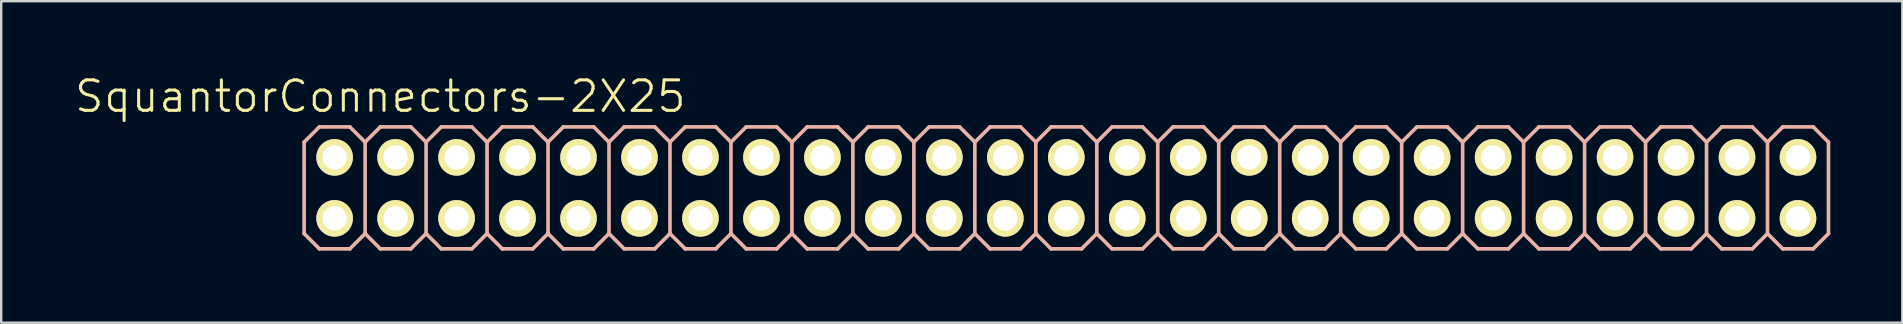
<source format=kicad_pcb>
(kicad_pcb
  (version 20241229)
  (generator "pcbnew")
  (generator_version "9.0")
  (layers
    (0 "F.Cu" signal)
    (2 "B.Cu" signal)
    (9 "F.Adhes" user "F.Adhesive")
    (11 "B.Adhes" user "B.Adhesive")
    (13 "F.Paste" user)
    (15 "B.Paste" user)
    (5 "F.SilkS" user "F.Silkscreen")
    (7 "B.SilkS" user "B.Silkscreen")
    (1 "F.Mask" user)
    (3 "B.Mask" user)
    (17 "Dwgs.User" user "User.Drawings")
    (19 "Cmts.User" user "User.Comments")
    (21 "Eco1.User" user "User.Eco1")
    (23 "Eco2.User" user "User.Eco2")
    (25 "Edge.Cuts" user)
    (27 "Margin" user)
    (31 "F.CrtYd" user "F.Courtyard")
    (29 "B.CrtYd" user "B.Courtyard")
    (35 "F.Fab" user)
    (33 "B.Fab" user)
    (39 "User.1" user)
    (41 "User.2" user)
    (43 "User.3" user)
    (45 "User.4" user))
  (footprint "SquantorConnectors-2X25"
    (layer "F.Cu")
    (at 41.369 4.776)
    (property "Reference" "SquantorConnectors-2X25" (at -28.575 -3.81 0) (layer "F.SilkS") (effects (font (size 1.27 1.27) (thickness 0.127))))
    (attr exclude_from_pos_files exclude_from_bom)
    (fp_line (start -30.734 -1.524) (end -30.226 -1.524) (stroke (width 0.066) (type solid)) (layer "F.SilkS"))
    (fp_line (start -30.734 -1.016) (end -30.734 -1.524) (stroke (width 0.066) (type solid)) (layer "F.SilkS"))
    (fp_line (start -30.734 -1.016) (end -30.226 -1.016) (stroke (width 0.066) (type solid)) (layer "F.SilkS"))
    (fp_line (start -30.734 1.016) (end -30.226 1.016) (stroke (width 0.066) (type solid)) (layer "F.SilkS"))
    (fp_line (start -30.734 1.524) (end -30.734 1.016) (stroke (width 0.066) (type solid)) (layer "F.SilkS"))
    (fp_line (start -30.734 1.524) (end -30.226 1.524) (stroke (width 0.066) (type solid)) (layer "F.SilkS"))
    (fp_line (start -30.226 -1.016) (end -30.226 -1.524) (stroke (width 0.066) (type solid)) (layer "F.SilkS"))
    (fp_line (start -30.226 1.524) (end -30.226 1.016) (stroke (width 0.066) (type solid)) (layer "F.SilkS"))
    (fp_line (start -28.194 -1.524) (end -27.686 -1.524) (stroke (width 0.066) (type solid)) (layer "F.SilkS"))
    (fp_line (start -28.194 -1.016) (end -28.194 -1.524) (stroke (width 0.066) (type solid)) (layer "F.SilkS"))
    (fp_line (start -28.194 -1.016) (end -27.686 -1.016) (stroke (width 0.066) (type solid)) (layer "F.SilkS"))
    (fp_line (start -28.194 1.016) (end -27.686 1.016) (stroke (width 0.066) (type solid)) (layer "F.SilkS"))
    (fp_line (start -28.194 1.524) (end -28.194 1.016) (stroke (width 0.066) (type solid)) (layer "F.SilkS"))
    (fp_line (start -28.194 1.524) (end -27.686 1.524) (stroke (width 0.066) (type solid)) (layer "F.SilkS"))
    (fp_line (start -27.686 -1.016) (end -27.686 -1.524) (stroke (width 0.066) (type solid)) (layer "F.SilkS"))
    (fp_line (start -27.686 1.524) (end -27.686 1.016) (stroke (width 0.066) (type solid)) (layer "F.SilkS"))
    (fp_line (start -25.654 -1.524) (end -25.146 -1.524) (stroke (width 0.066) (type solid)) (layer "F.SilkS"))
    (fp_line (start -25.654 -1.016) (end -25.654 -1.524) (stroke (width 0.066) (type solid)) (layer "F.SilkS"))
    (fp_line (start -25.654 -1.016) (end -25.146 -1.016) (stroke (width 0.066) (type solid)) (layer "F.SilkS"))
    (fp_line (start -25.654 1.016) (end -25.146 1.016) (stroke (width 0.066) (type solid)) (layer "F.SilkS"))
    (fp_line (start -25.654 1.524) (end -25.654 1.016) (stroke (width 0.066) (type solid)) (layer "F.SilkS"))
    (fp_line (start -25.654 1.524) (end -25.146 1.524) (stroke (width 0.066) (type solid)) (layer "F.SilkS"))
    (fp_line (start -25.146 -1.016) (end -25.146 -1.524) (stroke (width 0.066) (type solid)) (layer "F.SilkS"))
    (fp_line (start -25.146 1.524) (end -25.146 1.016) (stroke (width 0.066) (type solid)) (layer "F.SilkS"))
    (fp_line (start -23.114 -1.524) (end -22.606 -1.524) (stroke (width 0.066) (type solid)) (layer "F.SilkS"))
    (fp_line (start -23.114 -1.016) (end -23.114 -1.524) (stroke (width 0.066) (type solid)) (layer "F.SilkS"))
    (fp_line (start -23.114 -1.016) (end -22.606 -1.016) (stroke (width 0.066) (type solid)) (layer "F.SilkS"))
    (fp_line (start -23.114 1.016) (end -22.606 1.016) (stroke (width 0.066) (type solid)) (layer "F.SilkS"))
    (fp_line (start -23.114 1.524) (end -23.114 1.016) (stroke (width 0.066) (type solid)) (layer "F.SilkS"))
    (fp_line (start -23.114 1.524) (end -22.606 1.524) (stroke (width 0.066) (type solid)) (layer "F.SilkS"))
    (fp_line (start -22.606 -1.016) (end -22.606 -1.524) (stroke (width 0.066) (type solid)) (layer "F.SilkS"))
    (fp_line (start -22.606 1.524) (end -22.606 1.016) (stroke (width 0.066) (type solid)) (layer "F.SilkS"))
    (fp_line (start -20.574 -1.524) (end -20.066 -1.524) (stroke (width 0.066) (type solid)) (layer "F.SilkS"))
    (fp_line (start -20.574 -1.016) (end -20.574 -1.524) (stroke (width 0.066) (type solid)) (layer "F.SilkS"))
    (fp_line (start -20.574 -1.016) (end -20.066 -1.016) (stroke (width 0.066) (type solid)) (layer "F.SilkS"))
    (fp_line (start -20.574 1.016) (end -20.066 1.016) (stroke (width 0.066) (type solid)) (layer "F.SilkS"))
    (fp_line (start -20.574 1.524) (end -20.574 1.016) (stroke (width 0.066) (type solid)) (layer "F.SilkS"))
    (fp_line (start -20.574 1.524) (end -20.066 1.524) (stroke (width 0.066) (type solid)) (layer "F.SilkS"))
    (fp_line (start -20.066 -1.016) (end -20.066 -1.524) (stroke (width 0.066) (type solid)) (layer "F.SilkS"))
    (fp_line (start -20.066 1.524) (end -20.066 1.016) (stroke (width 0.066) (type solid)) (layer "F.SilkS"))
    (fp_line (start -18.034 -1.524) (end -17.523 -1.524) (stroke (width 0.066) (type solid)) (layer "F.SilkS"))
    (fp_line (start -18.034 -1.016) (end -18.034 -1.524) (stroke (width 0.066) (type solid)) (layer "F.SilkS"))
    (fp_line (start -18.034 -1.016) (end -17.523 -1.016) (stroke (width 0.066) (type solid)) (layer "F.SilkS"))
    (fp_line (start -18.034 1.016) (end -17.523 1.016) (stroke (width 0.066) (type solid)) (layer "F.SilkS"))
    (fp_line (start -18.034 1.524) (end -18.034 1.016) (stroke (width 0.066) (type solid)) (layer "F.SilkS"))
    (fp_line (start -18.034 1.524) (end -17.523 1.524) (stroke (width 0.066) (type solid)) (layer "F.SilkS"))
    (fp_line (start -17.523 -1.016) (end -17.523 -1.524) (stroke (width 0.066) (type solid)) (layer "F.SilkS"))
    (fp_line (start -17.523 1.524) (end -17.523 1.016) (stroke (width 0.066) (type solid)) (layer "F.SilkS"))
    (fp_line (start -15.494 -1.524) (end -14.986 -1.524) (stroke (width 0.066) (type solid)) (layer "F.SilkS"))
    (fp_line (start -15.494 -1.016) (end -15.494 -1.524) (stroke (width 0.066) (type solid)) (layer "F.SilkS"))
    (fp_line (start -15.494 -1.016) (end -14.986 -1.016) (stroke (width 0.066) (type solid)) (layer "F.SilkS"))
    (fp_line (start -15.494 1.016) (end -14.986 1.016) (stroke (width 0.066) (type solid)) (layer "F.SilkS"))
    (fp_line (start -15.494 1.524) (end -15.494 1.016) (stroke (width 0.066) (type solid)) (layer "F.SilkS"))
    (fp_line (start -15.494 1.524) (end -14.986 1.524) (stroke (width 0.066) (type solid)) (layer "F.SilkS"))
    (fp_line (start -14.986 -1.016) (end -14.986 -1.524) (stroke (width 0.066) (type solid)) (layer "F.SilkS"))
    (fp_line (start -14.986 1.524) (end -14.986 1.016) (stroke (width 0.066) (type solid)) (layer "F.SilkS"))
    (fp_line (start -12.954 -1.524) (end -12.446 -1.524) (stroke (width 0.066) (type solid)) (layer "F.SilkS"))
    (fp_line (start -12.954 -1.016) (end -12.954 -1.524) (stroke (width 0.066) (type solid)) (layer "F.SilkS"))
    (fp_line (start -12.954 -1.016) (end -12.446 -1.016) (stroke (width 0.066) (type solid)) (layer "F.SilkS"))
    (fp_line (start -12.954 1.016) (end -12.446 1.016) (stroke (width 0.066) (type solid)) (layer "F.SilkS"))
    (fp_line (start -12.954 1.524) (end -12.954 1.016) (stroke (width 0.066) (type solid)) (layer "F.SilkS"))
    (fp_line (start -12.954 1.524) (end -12.446 1.524) (stroke (width 0.066) (type solid)) (layer "F.SilkS"))
    (fp_line (start -12.446 -1.016) (end -12.446 -1.524) (stroke (width 0.066) (type solid)) (layer "F.SilkS"))
    (fp_line (start -12.446 1.524) (end -12.446 1.016) (stroke (width 0.066) (type solid)) (layer "F.SilkS"))
    (fp_line (start -10.414 -1.524) (end -9.906 -1.524) (stroke (width 0.066) (type solid)) (layer "F.SilkS"))
    (fp_line (start -10.414 -1.016) (end -10.414 -1.524) (stroke (width 0.066) (type solid)) (layer "F.SilkS"))
    (fp_line (start -10.414 -1.016) (end -9.906 -1.016) (stroke (width 0.066) (type solid)) (layer "F.SilkS"))
    (fp_line (start -10.414 1.016) (end -9.906 1.016) (stroke (width 0.066) (type solid)) (layer "F.SilkS"))
    (fp_line (start -10.414 1.524) (end -10.414 1.016) (stroke (width 0.066) (type solid)) (layer "F.SilkS"))
    (fp_line (start -10.414 1.524) (end -9.906 1.524) (stroke (width 0.066) (type solid)) (layer "F.SilkS"))
    (fp_line (start -9.906 -1.016) (end -9.906 -1.524) (stroke (width 0.066) (type solid)) (layer "F.SilkS"))
    (fp_line (start -9.906 1.524) (end -9.906 1.016) (stroke (width 0.066) (type solid)) (layer "F.SilkS"))
    (fp_line (start -7.874 -1.524) (end -7.366 -1.524) (stroke (width 0.066) (type solid)) (layer "F.SilkS"))
    (fp_line (start -7.874 -1.016) (end -7.874 -1.524) (stroke (width 0.066) (type solid)) (layer "F.SilkS"))
    (fp_line (start -7.874 -1.016) (end -7.366 -1.016) (stroke (width 0.066) (type solid)) (layer "F.SilkS"))
    (fp_line (start -7.874 1.016) (end -7.366 1.016) (stroke (width 0.066) (type solid)) (layer "F.SilkS"))
    (fp_line (start -7.874 1.524) (end -7.874 1.016) (stroke (width 0.066) (type solid)) (layer "F.SilkS"))
    (fp_line (start -7.874 1.524) (end -7.366 1.524) (stroke (width 0.066) (type solid)) (layer "F.SilkS"))
    (fp_line (start -7.366 -1.016) (end -7.366 -1.524) (stroke (width 0.066) (type solid)) (layer "F.SilkS"))
    (fp_line (start -7.366 1.524) (end -7.366 1.016) (stroke (width 0.066) (type solid)) (layer "F.SilkS"))
    (fp_line (start -5.334 -1.524) (end -4.826 -1.524) (stroke (width 0.066) (type solid)) (layer "F.SilkS"))
    (fp_line (start -5.334 -1.016) (end -5.334 -1.524) (stroke (width 0.066) (type solid)) (layer "F.SilkS"))
    (fp_line (start -5.334 -1.016) (end -4.826 -1.016) (stroke (width 0.066) (type solid)) (layer "F.SilkS"))
    (fp_line (start -5.334 1.016) (end -4.826 1.016) (stroke (width 0.066) (type solid)) (layer "F.SilkS"))
    (fp_line (start -5.334 1.524) (end -5.334 1.016) (stroke (width 0.066) (type solid)) (layer "F.SilkS"))
    (fp_line (start -5.334 1.524) (end -4.826 1.524) (stroke (width 0.066) (type solid)) (layer "F.SilkS"))
    (fp_line (start -4.826 -1.016) (end -4.826 -1.524) (stroke (width 0.066) (type solid)) (layer "F.SilkS"))
    (fp_line (start -4.826 1.524) (end -4.826 1.016) (stroke (width 0.066) (type solid)) (layer "F.SilkS"))
    (fp_line (start -2.794 -1.524) (end -2.286 -1.524) (stroke (width 0.066) (type solid)) (layer "F.SilkS"))
    (fp_line (start -2.794 -1.016) (end -2.794 -1.524) (stroke (width 0.066) (type solid)) (layer "F.SilkS"))
    (fp_line (start -2.794 -1.016) (end -2.286 -1.016) (stroke (width 0.066) (type solid)) (layer "F.SilkS"))
    (fp_line (start -2.794 1.016) (end -2.286 1.016) (stroke (width 0.066) (type solid)) (layer "F.SilkS"))
    (fp_line (start -2.794 1.524) (end -2.794 1.016) (stroke (width 0.066) (type solid)) (layer "F.SilkS"))
    (fp_line (start -2.794 1.524) (end -2.286 1.524) (stroke (width 0.066) (type solid)) (layer "F.SilkS"))
    (fp_line (start -2.286 -1.016) (end -2.286 -1.524) (stroke (width 0.066) (type solid)) (layer "F.SilkS"))
    (fp_line (start -2.286 1.524) (end -2.286 1.016) (stroke (width 0.066) (type solid)) (layer "F.SilkS"))
    (fp_line (start -0.254 -1.524) (end 0.254 -1.524) (stroke (width 0.066) (type solid)) (layer "F.SilkS"))
    (fp_line (start -0.254 -1.016) (end -0.254 -1.524) (stroke (width 0.066) (type solid)) (layer "F.SilkS"))
    (fp_line (start -0.254 -1.016) (end 0.254 -1.016) (stroke (width 0.066) (type solid)) (layer "F.SilkS"))
    (fp_line (start -0.254 1.016) (end 0.254 1.016) (stroke (width 0.066) (type solid)) (layer "F.SilkS"))
    (fp_line (start -0.254 1.524) (end -0.254 1.016) (stroke (width 0.066) (type solid)) (layer "F.SilkS"))
    (fp_line (start -0.254 1.524) (end 0.254 1.524) (stroke (width 0.066) (type solid)) (layer "F.SilkS"))
    (fp_line (start 0.254 -1.016) (end 0.254 -1.524) (stroke (width 0.066) (type solid)) (layer "F.SilkS"))
    (fp_line (start 0.254 1.524) (end 0.254 1.016) (stroke (width 0.066) (type solid)) (layer "F.SilkS"))
    (fp_line (start 2.286 -1.524) (end 2.794 -1.524) (stroke (width 0.066) (type solid)) (layer "F.SilkS"))
    (fp_line (start 2.286 -1.016) (end 2.286 -1.524) (stroke (width 0.066) (type solid)) (layer "F.SilkS"))
    (fp_line (start 2.286 -1.016) (end 2.794 -1.016) (stroke (width 0.066) (type solid)) (layer "F.SilkS"))
    (fp_line (start 2.286 1.016) (end 2.794 1.016) (stroke (width 0.066) (type solid)) (layer "F.SilkS"))
    (fp_line (start 2.286 1.524) (end 2.286 1.016) (stroke (width 0.066) (type solid)) (layer "F.SilkS"))
    (fp_line (start 2.286 1.524) (end 2.794 1.524) (stroke (width 0.066) (type solid)) (layer "F.SilkS"))
    (fp_line (start 2.794 -1.016) (end 2.794 -1.524) (stroke (width 0.066) (type solid)) (layer "F.SilkS"))
    (fp_line (start 2.794 1.524) (end 2.794 1.016) (stroke (width 0.066) (type solid)) (layer "F.SilkS"))
    (fp_line (start 4.826 -1.524) (end 5.334 -1.524) (stroke (width 0.066) (type solid)) (layer "F.SilkS"))
    (fp_line (start 4.826 -1.016) (end 4.826 -1.524) (stroke (width 0.066) (type solid)) (layer "F.SilkS"))
    (fp_line (start 4.826 -1.016) (end 5.334 -1.016) (stroke (width 0.066) (type solid)) (layer "F.SilkS"))
    (fp_line (start 4.826 1.016) (end 5.334 1.016) (stroke (width 0.066) (type solid)) (layer "F.SilkS"))
    (fp_line (start 4.826 1.524) (end 4.826 1.016) (stroke (width 0.066) (type solid)) (layer "F.SilkS"))
    (fp_line (start 4.826 1.524) (end 5.334 1.524) (stroke (width 0.066) (type solid)) (layer "F.SilkS"))
    (fp_line (start 5.334 -1.016) (end 5.334 -1.524) (stroke (width 0.066) (type solid)) (layer "F.SilkS"))
    (fp_line (start 5.334 1.524) (end 5.334 1.016) (stroke (width 0.066) (type solid)) (layer "F.SilkS"))
    (fp_line (start 7.366 -1.524) (end 7.874 -1.524) (stroke (width 0.066) (type solid)) (layer "F.SilkS"))
    (fp_line (start 7.366 -1.016) (end 7.366 -1.524) (stroke (width 0.066) (type solid)) (layer "F.SilkS"))
    (fp_line (start 7.366 -1.016) (end 7.874 -1.016) (stroke (width 0.066) (type solid)) (layer "F.SilkS"))
    (fp_line (start 7.366 1.016) (end 7.874 1.016) (stroke (width 0.066) (type solid)) (layer "F.SilkS"))
    (fp_line (start 7.366 1.524) (end 7.366 1.016) (stroke (width 0.066) (type solid)) (layer "F.SilkS"))
    (fp_line (start 7.366 1.524) (end 7.874 1.524) (stroke (width 0.066) (type solid)) (layer "F.SilkS"))
    (fp_line (start 7.874 -1.016) (end 7.874 -1.524) (stroke (width 0.066) (type solid)) (layer "F.SilkS"))
    (fp_line (start 7.874 1.524) (end 7.874 1.016) (stroke (width 0.066) (type solid)) (layer "F.SilkS"))
    (fp_line (start 9.906 -1.524) (end 10.414 -1.524) (stroke (width 0.066) (type solid)) (layer "F.SilkS"))
    (fp_line (start 9.906 -1.016) (end 9.906 -1.524) (stroke (width 0.066) (type solid)) (layer "F.SilkS"))
    (fp_line (start 9.906 -1.016) (end 10.414 -1.016) (stroke (width 0.066) (type solid)) (layer "F.SilkS"))
    (fp_line (start 9.906 1.016) (end 10.414 1.016) (stroke (width 0.066) (type solid)) (layer "F.SilkS"))
    (fp_line (start 9.906 1.524) (end 9.906 1.016) (stroke (width 0.066) (type solid)) (layer "F.SilkS"))
    (fp_line (start 9.906 1.524) (end 10.414 1.524) (stroke (width 0.066) (type solid)) (layer "F.SilkS"))
    (fp_line (start 10.414 -1.016) (end 10.414 -1.524) (stroke (width 0.066) (type solid)) (layer "F.SilkS"))
    (fp_line (start 10.414 1.524) (end 10.414 1.016) (stroke (width 0.066) (type solid)) (layer "F.SilkS"))
    (fp_line (start 12.446 -1.524) (end 12.954 -1.524) (stroke (width 0.066) (type solid)) (layer "F.SilkS"))
    (fp_line (start 12.446 -1.016) (end 12.446 -1.524) (stroke (width 0.066) (type solid)) (layer "F.SilkS"))
    (fp_line (start 12.446 -1.016) (end 12.954 -1.016) (stroke (width 0.066) (type solid)) (layer "F.SilkS"))
    (fp_line (start 12.446 1.016) (end 12.954 1.016) (stroke (width 0.066) (type solid)) (layer "F.SilkS"))
    (fp_line (start 12.446 1.524) (end 12.446 1.016) (stroke (width 0.066) (type solid)) (layer "F.SilkS"))
    (fp_line (start 12.446 1.524) (end 12.954 1.524) (stroke (width 0.066) (type solid)) (layer "F.SilkS"))
    (fp_line (start 12.954 -1.016) (end 12.954 -1.524) (stroke (width 0.066) (type solid)) (layer "F.SilkS"))
    (fp_line (start 12.954 1.524) (end 12.954 1.016) (stroke (width 0.066) (type solid)) (layer "F.SilkS"))
    (fp_line (start 14.986 -1.524) (end 15.494 -1.524) (stroke (width 0.066) (type solid)) (layer "F.SilkS"))
    (fp_line (start 14.986 -1.016) (end 14.986 -1.524) (stroke (width 0.066) (type solid)) (layer "F.SilkS"))
    (fp_line (start 14.986 -1.016) (end 15.494 -1.016) (stroke (width 0.066) (type solid)) (layer "F.SilkS"))
    (fp_line (start 14.986 1.016) (end 15.494 1.016) (stroke (width 0.066) (type solid)) (layer "F.SilkS"))
    (fp_line (start 14.986 1.524) (end 14.986 1.016) (stroke (width 0.066) (type solid)) (layer "F.SilkS"))
    (fp_line (start 14.986 1.524) (end 15.494 1.524) (stroke (width 0.066) (type solid)) (layer "F.SilkS"))
    (fp_line (start 15.494 -1.016) (end 15.494 -1.524) (stroke (width 0.066) (type solid)) (layer "F.SilkS"))
    (fp_line (start 15.494 1.524) (end 15.494 1.016) (stroke (width 0.066) (type solid)) (layer "F.SilkS"))
    (fp_line (start 17.523 -1.524) (end 18.034 -1.524) (stroke (width 0.066) (type solid)) (layer "F.SilkS"))
    (fp_line (start 17.523 -1.016) (end 17.523 -1.524) (stroke (width 0.066) (type solid)) (layer "F.SilkS"))
    (fp_line (start 17.523 -1.016) (end 18.034 -1.016) (stroke (width 0.066) (type solid)) (layer "F.SilkS"))
    (fp_line (start 17.523 1.016) (end 18.034 1.016) (stroke (width 0.066) (type solid)) (layer "F.SilkS"))
    (fp_line (start 17.523 1.524) (end 17.523 1.016) (stroke (width 0.066) (type solid)) (layer "F.SilkS"))
    (fp_line (start 17.523 1.524) (end 18.034 1.524) (stroke (width 0.066) (type solid)) (layer "F.SilkS"))
    (fp_line (start 18.034 -1.016) (end 18.034 -1.524) (stroke (width 0.066) (type solid)) (layer "F.SilkS"))
    (fp_line (start 18.034 1.524) (end 18.034 1.016) (stroke (width 0.066) (type solid)) (layer "F.SilkS"))
    (fp_line (start 20.066 -1.524) (end 20.574 -1.524) (stroke (width 0.066) (type solid)) (layer "F.SilkS"))
    (fp_line (start 20.066 -1.016) (end 20.066 -1.524) (stroke (width 0.066) (type solid)) (layer "F.SilkS"))
    (fp_line (start 20.066 -1.016) (end 20.574 -1.016) (stroke (width 0.066) (type solid)) (layer "F.SilkS"))
    (fp_line (start 20.066 1.016) (end 20.574 1.016) (stroke (width 0.066) (type solid)) (layer "F.SilkS"))
    (fp_line (start 20.066 1.524) (end 20.066 1.016) (stroke (width 0.066) (type solid)) (layer "F.SilkS"))
    (fp_line (start 20.066 1.524) (end 20.574 1.524) (stroke (width 0.066) (type solid)) (layer "F.SilkS"))
    (fp_line (start 20.574 -1.016) (end 20.574 -1.524) (stroke (width 0.066) (type solid)) (layer "F.SilkS"))
    (fp_line (start 20.574 1.524) (end 20.574 1.016) (stroke (width 0.066) (type solid)) (layer "F.SilkS"))
    (fp_line (start 22.606 -1.524) (end 23.114 -1.524) (stroke (width 0.066) (type solid)) (layer "F.SilkS"))
    (fp_line (start 22.606 -1.016) (end 22.606 -1.524) (stroke (width 0.066) (type solid)) (layer "F.SilkS"))
    (fp_line (start 22.606 -1.016) (end 23.114 -1.016) (stroke (width 0.066) (type solid)) (layer "F.SilkS"))
    (fp_line (start 22.606 1.016) (end 23.114 1.016) (stroke (width 0.066) (type solid)) (layer "F.SilkS"))
    (fp_line (start 22.606 1.524) (end 22.606 1.016) (stroke (width 0.066) (type solid)) (layer "F.SilkS"))
    (fp_line (start 22.606 1.524) (end 23.114 1.524) (stroke (width 0.066) (type solid)) (layer "F.SilkS"))
    (fp_line (start 23.114 -1.016) (end 23.114 -1.524) (stroke (width 0.066) (type solid)) (layer "F.SilkS"))
    (fp_line (start 23.114 1.524) (end 23.114 1.016) (stroke (width 0.066) (type solid)) (layer "F.SilkS"))
    (fp_line (start 25.146 -1.524) (end 25.654 -1.524) (stroke (width 0.066) (type solid)) (layer "F.SilkS"))
    (fp_line (start 25.146 -1.016) (end 25.146 -1.524) (stroke (width 0.066) (type solid)) (layer "F.SilkS"))
    (fp_line (start 25.146 -1.016) (end 25.654 -1.016) (stroke (width 0.066) (type solid)) (layer "F.SilkS"))
    (fp_line (start 25.146 1.016) (end 25.654 1.016) (stroke (width 0.066) (type solid)) (layer "F.SilkS"))
    (fp_line (start 25.146 1.524) (end 25.146 1.016) (stroke (width 0.066) (type solid)) (layer "F.SilkS"))
    (fp_line (start 25.146 1.524) (end 25.654 1.524) (stroke (width 0.066) (type solid)) (layer "F.SilkS"))
    (fp_line (start 25.654 -1.016) (end 25.654 -1.524) (stroke (width 0.066) (type solid)) (layer "F.SilkS"))
    (fp_line (start 25.654 1.524) (end 25.654 1.016) (stroke (width 0.066) (type solid)) (layer "F.SilkS"))
    (fp_line (start 27.686 -1.524) (end 28.194 -1.524) (stroke (width 0.066) (type solid)) (layer "F.SilkS"))
    (fp_line (start 27.686 -1.016) (end 27.686 -1.524) (stroke (width 0.066) (type solid)) (layer "F.SilkS"))
    (fp_line (start 27.686 -1.016) (end 28.194 -1.016) (stroke (width 0.066) (type solid)) (layer "F.SilkS"))
    (fp_line (start 27.686 1.016) (end 28.194 1.016) (stroke (width 0.066) (type solid)) (layer "F.SilkS"))
    (fp_line (start 27.686 1.524) (end 27.686 1.016) (stroke (width 0.066) (type solid)) (layer "F.SilkS"))
    (fp_line (start 27.686 1.524) (end 28.194 1.524) (stroke (width 0.066) (type solid)) (layer "F.SilkS"))
    (fp_line (start 28.194 -1.016) (end 28.194 -1.524) (stroke (width 0.066) (type solid)) (layer "F.SilkS"))
    (fp_line (start 28.194 1.524) (end 28.194 1.016) (stroke (width 0.066) (type solid)) (layer "F.SilkS"))
    (fp_line (start 30.226 -1.524) (end 30.734 -1.524) (stroke (width 0.066) (type solid)) (layer "F.SilkS"))
    (fp_line (start 30.226 -1.016) (end 30.226 -1.524) (stroke (width 0.066) (type solid)) (layer "F.SilkS"))
    (fp_line (start 30.226 -1.016) (end 30.734 -1.016) (stroke (width 0.066) (type solid)) (layer "F.SilkS"))
    (fp_line (start 30.226 1.016) (end 30.734 1.016) (stroke (width 0.066) (type solid)) (layer "F.SilkS"))
    (fp_line (start 30.226 1.524) (end 30.226 1.016) (stroke (width 0.066) (type solid)) (layer "F.SilkS"))
    (fp_line (start 30.226 1.524) (end 30.734 1.524) (stroke (width 0.066) (type solid)) (layer "F.SilkS"))
    (fp_line (start 30.734 -1.016) (end 30.734 -1.524) (stroke (width 0.066) (type solid)) (layer "F.SilkS"))
    (fp_line (start 30.734 1.524) (end 30.734 1.016) (stroke (width 0.066) (type solid)) (layer "F.SilkS"))
    (fp_line (start -31.75 -1.905) (end -31.115 -2.54) (stroke (width 0.152) (type solid)) (layer "B.SilkS"))
    (fp_line (start -31.75 1.905) (end -31.75 -1.905) (stroke (width 0.152) (type solid)) (layer "B.SilkS"))
    (fp_line (start -31.75 1.905) (end -31.115 2.54) (stroke (width 0.152) (type solid)) (layer "B.SilkS"))
    (fp_line (start -31.115 -2.54) (end -29.845 -2.54) (stroke (width 0.152) (type solid)) (layer "B.SilkS"))
    (fp_line (start -31.115 2.54) (end -29.845 2.54) (stroke (width 0.152) (type solid)) (layer "B.SilkS"))
    (fp_line (start -29.845 -2.54) (end -29.21 -1.905) (stroke (width 0.152) (type solid)) (layer "B.SilkS"))
    (fp_line (start -29.845 2.54) (end -29.21 1.905) (stroke (width 0.152) (type solid)) (layer "B.SilkS"))
    (fp_line (start -29.21 -1.905) (end -29.21 1.905) (stroke (width 0.152) (type solid)) (layer "B.SilkS"))
    (fp_line (start -29.21 -1.905) (end -28.575 -2.54) (stroke (width 0.152) (type solid)) (layer "B.SilkS"))
    (fp_line (start -29.21 1.905) (end -28.575 2.54) (stroke (width 0.152) (type solid)) (layer "B.SilkS"))
    (fp_line (start -28.575 -2.54) (end -27.305 -2.54) (stroke (width 0.152) (type solid)) (layer "B.SilkS"))
    (fp_line (start -28.575 2.54) (end -27.305 2.54) (stroke (width 0.152) (type solid)) (layer "B.SilkS"))
    (fp_line (start -27.305 -2.54) (end -26.67 -1.905) (stroke (width 0.152) (type solid)) (layer "B.SilkS"))
    (fp_line (start -27.305 2.54) (end -26.67 1.905) (stroke (width 0.152) (type solid)) (layer "B.SilkS"))
    (fp_line (start -26.67 -1.905) (end -26.67 1.905) (stroke (width 0.152) (type solid)) (layer "B.SilkS"))
    (fp_line (start -26.67 -1.905) (end -26.035 -2.54) (stroke (width 0.152) (type solid)) (layer "B.SilkS"))
    (fp_line (start -26.67 1.905) (end -26.035 2.54) (stroke (width 0.152) (type solid)) (layer "B.SilkS"))
    (fp_line (start -26.035 -2.54) (end -24.765 -2.54) (stroke (width 0.152) (type solid)) (layer "B.SilkS"))
    (fp_line (start -26.035 2.54) (end -24.765 2.54) (stroke (width 0.152) (type solid)) (layer "B.SilkS"))
    (fp_line (start -24.765 -2.54) (end -24.13 -1.905) (stroke (width 0.152) (type solid)) (layer "B.SilkS"))
    (fp_line (start -24.765 2.54) (end -24.13 1.905) (stroke (width 0.152) (type solid)) (layer "B.SilkS"))
    (fp_line (start -24.13 -1.905) (end -24.13 1.905) (stroke (width 0.152) (type solid)) (layer "B.SilkS"))
    (fp_line (start -24.13 -1.905) (end -23.495 -2.54) (stroke (width 0.152) (type solid)) (layer "B.SilkS"))
    (fp_line (start -24.13 1.905) (end -23.495 2.54) (stroke (width 0.152) (type solid)) (layer "B.SilkS"))
    (fp_line (start -23.495 -2.54) (end -22.225 -2.54) (stroke (width 0.152) (type solid)) (layer "B.SilkS"))
    (fp_line (start -23.495 2.54) (end -22.225 2.54) (stroke (width 0.152) (type solid)) (layer "B.SilkS"))
    (fp_line (start -22.225 -2.54) (end -21.59 -1.905) (stroke (width 0.152) (type solid)) (layer "B.SilkS"))
    (fp_line (start -22.225 2.54) (end -21.59 1.905) (stroke (width 0.152) (type solid)) (layer "B.SilkS"))
    (fp_line (start -21.59 -1.905) (end -21.59 1.905) (stroke (width 0.152) (type solid)) (layer "B.SilkS"))
    (fp_line (start -21.59 -1.905) (end -20.955 -2.54) (stroke (width 0.152) (type solid)) (layer "B.SilkS"))
    (fp_line (start -21.59 1.905) (end -20.955 2.54) (stroke (width 0.152) (type solid)) (layer "B.SilkS"))
    (fp_line (start -20.955 -2.54) (end -19.685 -2.54) (stroke (width 0.152) (type solid)) (layer "B.SilkS"))
    (fp_line (start -20.955 2.54) (end -19.685 2.54) (stroke (width 0.152) (type solid)) (layer "B.SilkS"))
    (fp_line (start -19.685 -2.54) (end -19.05 -1.905) (stroke (width 0.152) (type solid)) (layer "B.SilkS"))
    (fp_line (start -19.685 2.54) (end -19.05 1.905) (stroke (width 0.152) (type solid)) (layer "B.SilkS"))
    (fp_line (start -19.05 -1.905) (end -19.05 1.905) (stroke (width 0.152) (type solid)) (layer "B.SilkS"))
    (fp_line (start -19.05 -1.905) (end -18.415 -2.54) (stroke (width 0.152) (type solid)) (layer "B.SilkS"))
    (fp_line (start -19.05 1.905) (end -18.415 2.54) (stroke (width 0.152) (type solid)) (layer "B.SilkS"))
    (fp_line (start -18.415 -2.54) (end -17.145 -2.54) (stroke (width 0.152) (type solid)) (layer "B.SilkS"))
    (fp_line (start -18.415 2.54) (end -17.145 2.54) (stroke (width 0.152) (type solid)) (layer "B.SilkS"))
    (fp_line (start -17.145 -2.54) (end -16.51 -1.905) (stroke (width 0.152) (type solid)) (layer "B.SilkS"))
    (fp_line (start -17.145 2.54) (end -16.51 1.905) (stroke (width 0.152) (type solid)) (layer "B.SilkS"))
    (fp_line (start -16.51 -1.905) (end -16.51 1.905) (stroke (width 0.152) (type solid)) (layer "B.SilkS"))
    (fp_line (start -16.51 -1.905) (end -15.875 -2.54) (stroke (width 0.152) (type solid)) (layer "B.SilkS"))
    (fp_line (start -16.51 1.905) (end -15.875 2.54) (stroke (width 0.152) (type solid)) (layer "B.SilkS"))
    (fp_line (start -15.875 -2.54) (end -14.605 -2.54) (stroke (width 0.152) (type solid)) (layer "B.SilkS"))
    (fp_line (start -14.605 -2.54) (end -13.97 -1.905) (stroke (width 0.152) (type solid)) (layer "B.SilkS"))
    (fp_line (start -14.605 2.54) (end -15.875 2.54) (stroke (width 0.152) (type solid)) (layer "B.SilkS"))
    (fp_line (start -13.97 -1.905) (end -13.97 1.905) (stroke (width 0.152) (type solid)) (layer "B.SilkS"))
    (fp_line (start -13.97 -1.905) (end -13.335 -2.54) (stroke (width 0.152) (type solid)) (layer "B.SilkS"))
    (fp_line (start -13.97 1.905) (end -14.605 2.54) (stroke (width 0.152) (type solid)) (layer "B.SilkS"))
    (fp_line (start -13.97 1.905) (end -13.335 2.54) (stroke (width 0.152) (type solid)) (layer "B.SilkS"))
    (fp_line (start -13.335 -2.54) (end -12.065 -2.54) (stroke (width 0.152) (type solid)) (layer "B.SilkS"))
    (fp_line (start -12.065 -2.54) (end -11.43 -1.905) (stroke (width 0.152) (type solid)) (layer "B.SilkS"))
    (fp_line (start -12.065 2.54) (end -13.335 2.54) (stroke (width 0.152) (type solid)) (layer "B.SilkS"))
    (fp_line (start -11.43 -1.905) (end -11.43 1.905) (stroke (width 0.152) (type solid)) (layer "B.SilkS"))
    (fp_line (start -11.43 -1.905) (end -10.795 -2.54) (stroke (width 0.152) (type solid)) (layer "B.SilkS"))
    (fp_line (start -11.43 1.905) (end -12.065 2.54) (stroke (width 0.152) (type solid)) (layer "B.SilkS"))
    (fp_line (start -11.43 1.905) (end -10.795 2.54) (stroke (width 0.152) (type solid)) (layer "B.SilkS"))
    (fp_line (start -10.795 -2.54) (end -9.525 -2.54) (stroke (width 0.152) (type solid)) (layer "B.SilkS"))
    (fp_line (start -9.525 -2.54) (end -8.89 -1.905) (stroke (width 0.152) (type solid)) (layer "B.SilkS"))
    (fp_line (start -9.525 2.54) (end -10.795 2.54) (stroke (width 0.152) (type solid)) (layer "B.SilkS"))
    (fp_line (start -8.89 -1.905) (end -8.89 1.905) (stroke (width 0.152) (type solid)) (layer "B.SilkS"))
    (fp_line (start -8.89 -1.905) (end -8.255 -2.54) (stroke (width 0.152) (type solid)) (layer "B.SilkS"))
    (fp_line (start -8.89 1.905) (end -9.525 2.54) (stroke (width 0.152) (type solid)) (layer "B.SilkS"))
    (fp_line (start -8.89 1.905) (end -8.255 2.54) (stroke (width 0.152) (type solid)) (layer "B.SilkS"))
    (fp_line (start -8.255 -2.54) (end -6.985 -2.54) (stroke (width 0.152) (type solid)) (layer "B.SilkS"))
    (fp_line (start -6.985 -2.54) (end -6.35 -1.905) (stroke (width 0.152) (type solid)) (layer "B.SilkS"))
    (fp_line (start -6.985 2.54) (end -8.255 2.54) (stroke (width 0.152) (type solid)) (layer "B.SilkS"))
    (fp_line (start -6.35 -1.905) (end -6.35 1.905) (stroke (width 0.152) (type solid)) (layer "B.SilkS"))
    (fp_line (start -6.35 -1.905) (end -5.715 -2.54) (stroke (width 0.152) (type solid)) (layer "B.SilkS"))
    (fp_line (start -6.35 1.905) (end -6.985 2.54) (stroke (width 0.152) (type solid)) (layer "B.SilkS"))
    (fp_line (start -6.35 1.905) (end -5.715 2.54) (stroke (width 0.152) (type solid)) (layer "B.SilkS"))
    (fp_line (start -5.715 -2.54) (end -4.445 -2.54) (stroke (width 0.152) (type solid)) (layer "B.SilkS"))
    (fp_line (start -4.445 -2.54) (end -3.81 -1.905) (stroke (width 0.152) (type solid)) (layer "B.SilkS"))
    (fp_line (start -4.445 2.54) (end -5.715 2.54) (stroke (width 0.152) (type solid)) (layer "B.SilkS"))
    (fp_line (start -3.81 -1.905) (end -3.81 1.905) (stroke (width 0.152) (type solid)) (layer "B.SilkS"))
    (fp_line (start -3.81 -1.905) (end -3.175 -2.54) (stroke (width 0.152) (type solid)) (layer "B.SilkS"))
    (fp_line (start -3.81 1.905) (end -4.445 2.54) (stroke (width 0.152) (type solid)) (layer "B.SilkS"))
    (fp_line (start -3.81 1.905) (end -3.175 2.54) (stroke (width 0.152) (type solid)) (layer "B.SilkS"))
    (fp_line (start -3.175 -2.54) (end -1.905 -2.54) (stroke (width 0.152) (type solid)) (layer "B.SilkS"))
    (fp_line (start -1.905 2.54) (end -3.175 2.54) (stroke (width 0.152) (type solid)) (layer "B.SilkS"))
    (fp_line (start -1.27 -1.905) (end -1.905 -2.54) (stroke (width 0.152) (type solid)) (layer "B.SilkS"))
    (fp_line (start -1.27 -1.905) (end -1.27 1.905) (stroke (width 0.152) (type solid)) (layer "B.SilkS"))
    (fp_line (start -1.27 -1.905) (end -0.635 -2.54) (stroke (width 0.152) (type solid)) (layer "B.SilkS"))
    (fp_line (start -1.27 1.905) (end -1.905 2.54) (stroke (width 0.152) (type solid)) (layer "B.SilkS"))
    (fp_line (start -1.27 1.905) (end -0.635 2.54) (stroke (width 0.152) (type solid)) (layer "B.SilkS"))
    (fp_line (start 0.635 -2.54) (end -0.635 -2.54) (stroke (width 0.152) (type solid)) (layer "B.SilkS"))
    (fp_line (start 0.635 -2.54) (end 1.27 -1.905) (stroke (width 0.152) (type solid)) (layer "B.SilkS"))
    (fp_line (start 0.635 2.54) (end -0.635 2.54) (stroke (width 0.152) (type solid)) (layer "B.SilkS"))
    (fp_line (start 1.27 -1.905) (end 1.27 1.905) (stroke (width 0.152) (type solid)) (layer "B.SilkS"))
    (fp_line (start 1.27 -1.905) (end 1.905 -2.54) (stroke (width 0.152) (type solid)) (layer "B.SilkS"))
    (fp_line (start 1.27 1.905) (end 0.635 2.54) (stroke (width 0.152) (type solid)) (layer "B.SilkS"))
    (fp_line (start 1.27 1.905) (end 1.905 2.54) (stroke (width 0.152) (type solid)) (layer "B.SilkS"))
    (fp_line (start 3.175 -2.54) (end 1.905 -2.54) (stroke (width 0.152) (type solid)) (layer "B.SilkS"))
    (fp_line (start 3.175 -2.54) (end 3.81 -1.905) (stroke (width 0.152) (type solid)) (layer "B.SilkS"))
    (fp_line (start 3.175 2.54) (end 1.905 2.54) (stroke (width 0.152) (type solid)) (layer "B.SilkS"))
    (fp_line (start 3.81 -1.905) (end 3.81 1.905) (stroke (width 0.152) (type solid)) (layer "B.SilkS"))
    (fp_line (start 3.81 -1.905) (end 4.445 -2.54) (stroke (width 0.152) (type solid)) (layer "B.SilkS"))
    (fp_line (start 3.81 1.905) (end 3.175 2.54) (stroke (width 0.152) (type solid)) (layer "B.SilkS"))
    (fp_line (start 4.445 2.54) (end 3.81 1.905) (stroke (width 0.152) (type solid)) (layer "B.SilkS"))
    (fp_line (start 4.445 2.54) (end 5.715 2.54) (stroke (width 0.152) (type solid)) (layer "B.SilkS"))
    (fp_line (start 5.715 -2.54) (end 4.445 -2.54) (stroke (width 0.152) (type solid)) (layer "B.SilkS"))
    (fp_line (start 5.715 -2.54) (end 6.35 -1.905) (stroke (width 0.152) (type solid)) (layer "B.SilkS"))
    (fp_line (start 6.35 -1.905) (end 6.35 1.905) (stroke (width 0.152) (type solid)) (layer "B.SilkS"))
    (fp_line (start 6.35 -1.905) (end 6.985 -2.54) (stroke (width 0.152) (type solid)) (layer "B.SilkS"))
    (fp_line (start 6.35 1.905) (end 5.715 2.54) (stroke (width 0.152) (type solid)) (layer "B.SilkS"))
    (fp_line (start 6.985 2.54) (end 6.35 1.905) (stroke (width 0.152) (type solid)) (layer "B.SilkS"))
    (fp_line (start 6.985 2.54) (end 8.255 2.54) (stroke (width 0.152) (type solid)) (layer "B.SilkS"))
    (fp_line (start 8.255 -2.54) (end 6.985 -2.54) (stroke (width 0.152) (type solid)) (layer "B.SilkS"))
    (fp_line (start 8.255 -2.54) (end 8.89 -1.905) (stroke (width 0.152) (type solid)) (layer "B.SilkS"))
    (fp_line (start 8.89 -1.905) (end 8.89 1.905) (stroke (width 0.152) (type solid)) (layer "B.SilkS"))
    (fp_line (start 8.89 -1.905) (end 9.525 -2.54) (stroke (width 0.152) (type solid)) (layer "B.SilkS"))
    (fp_line (start 8.89 1.905) (end 8.255 2.54) (stroke (width 0.152) (type solid)) (layer "B.SilkS"))
    (fp_line (start 8.89 1.905) (end 9.525 2.54) (stroke (width 0.152) (type solid)) (layer "B.SilkS"))
    (fp_line (start 10.795 -2.54) (end 9.525 -2.54) (stroke (width 0.152) (type solid)) (layer "B.SilkS"))
    (fp_line (start 10.795 -2.54) (end 11.43 -1.905) (stroke (width 0.152) (type solid)) (layer "B.SilkS"))
    (fp_line (start 10.795 2.54) (end 9.525 2.54) (stroke (width 0.152) (type solid)) (layer "B.SilkS"))
    (fp_line (start 11.43 -1.905) (end 11.43 1.905) (stroke (width 0.152) (type solid)) (layer "B.SilkS"))
    (fp_line (start 11.43 -1.905) (end 12.065 -2.54) (stroke (width 0.152) (type solid)) (layer "B.SilkS"))
    (fp_line (start 11.43 1.905) (end 10.795 2.54) (stroke (width 0.152) (type solid)) (layer "B.SilkS"))
    (fp_line (start 11.43 1.905) (end 12.065 2.54) (stroke (width 0.152) (type solid)) (layer "B.SilkS"))
    (fp_line (start 13.335 -2.54) (end 12.065 -2.54) (stroke (width 0.152) (type solid)) (layer "B.SilkS"))
    (fp_line (start 13.335 -2.54) (end 13.97 -1.905) (stroke (width 0.152) (type solid)) (layer "B.SilkS"))
    (fp_line (start 13.335 2.54) (end 12.065 2.54) (stroke (width 0.152) (type solid)) (layer "B.SilkS"))
    (fp_line (start 13.97 -1.905) (end 13.97 1.905) (stroke (width 0.152) (type solid)) (layer "B.SilkS"))
    (fp_line (start 13.97 -1.905) (end 14.605 -2.54) (stroke (width 0.152) (type solid)) (layer "B.SilkS"))
    (fp_line (start 13.97 1.905) (end 13.335 2.54) (stroke (width 0.152) (type solid)) (layer "B.SilkS"))
    (fp_line (start 13.97 1.905) (end 14.605 2.54) (stroke (width 0.152) (type solid)) (layer "B.SilkS"))
    (fp_line (start 15.875 -2.54) (end 14.605 -2.54) (stroke (width 0.152) (type solid)) (layer "B.SilkS"))
    (fp_line (start 15.875 -2.54) (end 16.51 -1.905) (stroke (width 0.152) (type solid)) (layer "B.SilkS"))
    (fp_line (start 15.875 2.54) (end 14.605 2.54) (stroke (width 0.152) (type solid)) (layer "B.SilkS"))
    (fp_line (start 16.51 -1.905) (end 16.51 1.905) (stroke (width 0.152) (type solid)) (layer "B.SilkS"))
    (fp_line (start 16.51 -1.905) (end 17.145 -2.54) (stroke (width 0.152) (type solid)) (layer "B.SilkS"))
    (fp_line (start 16.51 1.905) (end 15.875 2.54) (stroke (width 0.152) (type solid)) (layer "B.SilkS"))
    (fp_line (start 16.51 1.905) (end 17.145 2.54) (stroke (width 0.152) (type solid)) (layer "B.SilkS"))
    (fp_line (start 18.415 -2.54) (end 17.145 -2.54) (stroke (width 0.152) (type solid)) (layer "B.SilkS"))
    (fp_line (start 18.415 -2.54) (end 19.05 -1.905) (stroke (width 0.152) (type solid)) (layer "B.SilkS"))
    (fp_line (start 18.415 2.54) (end 17.145 2.54) (stroke (width 0.152) (type solid)) (layer "B.SilkS"))
    (fp_line (start 19.05 -1.905) (end 19.05 1.905) (stroke (width 0.152) (type solid)) (layer "B.SilkS"))
    (fp_line (start 19.05 -1.905) (end 19.685 -2.54) (stroke (width 0.152) (type solid)) (layer "B.SilkS"))
    (fp_line (start 19.05 1.905) (end 18.415 2.54) (stroke (width 0.152) (type solid)) (layer "B.SilkS"))
    (fp_line (start 19.05 1.905) (end 19.685 2.54) (stroke (width 0.152) (type solid)) (layer "B.SilkS"))
    (fp_line (start 20.955 -2.54) (end 19.685 -2.54) (stroke (width 0.152) (type solid)) (layer "B.SilkS"))
    (fp_line (start 20.955 -2.54) (end 21.59 -1.905) (stroke (width 0.152) (type solid)) (layer "B.SilkS"))
    (fp_line (start 20.955 2.54) (end 19.685 2.54) (stroke (width 0.152) (type solid)) (layer "B.SilkS"))
    (fp_line (start 21.59 -1.905) (end 21.59 1.905) (stroke (width 0.152) (type solid)) (layer "B.SilkS"))
    (fp_line (start 21.59 -1.905) (end 22.225 -2.54) (stroke (width 0.152) (type solid)) (layer "B.SilkS"))
    (fp_line (start 21.59 1.905) (end 20.955 2.54) (stroke (width 0.152) (type solid)) (layer "B.SilkS"))
    (fp_line (start 21.59 1.905) (end 22.225 2.54) (stroke (width 0.152) (type solid)) (layer "B.SilkS"))
    (fp_line (start 23.495 -2.54) (end 22.225 -2.54) (stroke (width 0.152) (type solid)) (layer "B.SilkS"))
    (fp_line (start 23.495 -2.54) (end 24.13 -1.905) (stroke (width 0.152) (type solid)) (layer "B.SilkS"))
    (fp_line (start 23.495 2.54) (end 22.225 2.54) (stroke (width 0.152) (type solid)) (layer "B.SilkS"))
    (fp_line (start 24.13 -1.905) (end 24.13 1.905) (stroke (width 0.152) (type solid)) (layer "B.SilkS"))
    (fp_line (start 24.13 -1.905) (end 24.765 -2.54) (stroke (width 0.152) (type solid)) (layer "B.SilkS"))
    (fp_line (start 24.13 1.905) (end 23.495 2.54) (stroke (width 0.152) (type solid)) (layer "B.SilkS"))
    (fp_line (start 24.13 1.905) (end 24.765 2.54) (stroke (width 0.152) (type solid)) (layer "B.SilkS"))
    (fp_line (start 26.035 -2.54) (end 24.765 -2.54) (stroke (width 0.152) (type solid)) (layer "B.SilkS"))
    (fp_line (start 26.035 -2.54) (end 26.67 -1.905) (stroke (width 0.152) (type solid)) (layer "B.SilkS"))
    (fp_line (start 26.035 2.54) (end 24.765 2.54) (stroke (width 0.152) (type solid)) (layer "B.SilkS"))
    (fp_line (start 26.67 -1.905) (end 26.67 1.905) (stroke (width 0.152) (type solid)) (layer "B.SilkS"))
    (fp_line (start 26.67 -1.905) (end 27.305 -2.54) (stroke (width 0.152) (type solid)) (layer "B.SilkS"))
    (fp_line (start 26.67 1.905) (end 26.035 2.54) (stroke (width 0.152) (type solid)) (layer "B.SilkS"))
    (fp_line (start 26.67 1.905) (end 27.305 2.54) (stroke (width 0.152) (type solid)) (layer "B.SilkS"))
    (fp_line (start 28.575 -2.54) (end 27.305 -2.54) (stroke (width 0.152) (type solid)) (layer "B.SilkS"))
    (fp_line (start 28.575 -2.54) (end 29.21 -1.905) (stroke (width 0.152) (type solid)) (layer "B.SilkS"))
    (fp_line (start 28.575 2.54) (end 27.305 2.54) (stroke (width 0.152) (type solid)) (layer "B.SilkS"))
    (fp_line (start 29.21 -1.905) (end 29.21 1.905) (stroke (width 0.152) (type solid)) (layer "B.SilkS"))
    (fp_line (start 29.21 -1.905) (end 29.845 -2.54) (stroke (width 0.152) (type solid)) (layer "B.SilkS"))
    (fp_line (start 29.21 1.905) (end 28.575 2.54) (stroke (width 0.152) (type solid)) (layer "B.SilkS"))
    (fp_line (start 29.21 1.905) (end 29.845 2.54) (stroke (width 0.152) (type solid)) (layer "B.SilkS"))
    (fp_line (start 31.115 -2.54) (end 29.845 -2.54) (stroke (width 0.152) (type solid)) (layer "B.SilkS"))
    (fp_line (start 31.115 -2.54) (end 31.75 -1.905) (stroke (width 0.152) (type solid)) (layer "B.SilkS"))
    (fp_line (start 31.115 2.54) (end 29.845 2.54) (stroke (width 0.152) (type solid)) (layer "B.SilkS"))
    (fp_line (start 31.75 -1.905) (end 31.75 1.905) (stroke (width 0.152) (type solid)) (layer "B.SilkS"))
    (fp_line (start 31.75 1.905) (end 31.115 2.54) (stroke (width 0.152) (type solid)) (layer "B.SilkS"))
    (pad "1" thru_hole circle (at -30.48 1.27) (size 1.524 1.524) (drill 1.016) (layers "*.Cu" "F.Mask" "F.SilkS" "F.Paste"))
    (pad "2" thru_hole circle (at -30.48 -1.27) (size 1.524 1.524) (drill 1.016) (layers "*.Cu" "F.Mask" "F.SilkS" "F.Paste"))
    (pad "3" thru_hole circle (at -27.94 1.27) (size 1.524 1.524) (drill 1.016) (layers "*.Cu" "F.Mask" "F.SilkS" "F.Paste"))
    (pad "4" thru_hole circle (at -27.94 -1.27) (size 1.524 1.524) (drill 1.016) (layers "*.Cu" "F.Mask" "F.SilkS" "F.Paste"))
    (pad "5" thru_hole circle (at -25.4 1.27) (size 1.524 1.524) (drill 1.016) (layers "*.Cu" "F.Mask" "F.SilkS" "F.Paste"))
    (pad "6" thru_hole circle (at -25.4 -1.27) (size 1.524 1.524) (drill 1.016) (layers "*.Cu" "F.Mask" "F.SilkS" "F.Paste"))
    (pad "7" thru_hole circle (at -22.86 1.27) (size 1.524 1.524) (drill 1.016) (layers "*.Cu" "F.Mask" "F.SilkS" "F.Paste"))
    (pad "8" thru_hole circle (at -22.86 -1.27) (size 1.524 1.524) (drill 1.016) (layers "*.Cu" "F.Mask" "F.SilkS" "F.Paste"))
    (pad "9" thru_hole circle (at -20.32 1.27) (size 1.524 1.524) (drill 1.016) (layers "*.Cu" "F.Mask" "F.SilkS" "F.Paste"))
    (pad "10" thru_hole circle (at -20.32 -1.27) (size 1.524 1.524) (drill 1.016) (layers "*.Cu" "F.Mask" "F.SilkS" "F.Paste"))
    (pad "11" thru_hole circle (at -17.78 1.27) (size 1.524 1.524) (drill 1.016) (layers "*.Cu" "F.Mask" "F.SilkS" "F.Paste"))
    (pad "12" thru_hole circle (at -17.78 -1.27) (size 1.524 1.524) (drill 1.016) (layers "*.Cu" "F.Mask" "F.SilkS" "F.Paste"))
    (pad "13" thru_hole circle (at -15.24 1.27) (size 1.524 1.524) (drill 1.016) (layers "*.Cu" "F.Mask" "F.SilkS" "F.Paste"))
    (pad "14" thru_hole circle (at -15.24 -1.27) (size 1.524 1.524) (drill 1.016) (layers "*.Cu" "F.Mask" "F.SilkS" "F.Paste"))
    (pad "15" thru_hole circle (at -12.7 1.27) (size 1.524 1.524) (drill 1.016) (layers "*.Cu" "F.Mask" "F.SilkS" "F.Paste"))
    (pad "16" thru_hole circle (at -12.7 -1.27) (size 1.524 1.524) (drill 1.016) (layers "*.Cu" "F.Mask" "F.SilkS" "F.Paste"))
    (pad "17" thru_hole circle (at -10.16 1.27) (size 1.524 1.524) (drill 1.016) (layers "*.Cu" "F.Mask" "F.SilkS" "F.Paste"))
    (pad "18" thru_hole circle (at -10.16 -1.27) (size 1.524 1.524) (drill 1.016) (layers "*.Cu" "F.Mask" "F.SilkS" "F.Paste"))
    (pad "19" thru_hole circle (at -7.62 1.27) (size 1.524 1.524) (drill 1.016) (layers "*.Cu" "F.Mask" "F.SilkS" "F.Paste"))
    (pad "20" thru_hole circle (at -7.62 -1.27) (size 1.524 1.524) (drill 1.016) (layers "*.Cu" "F.Mask" "F.SilkS" "F.Paste"))
    (pad "21" thru_hole circle (at -5.08 1.27) (size 1.524 1.524) (drill 1.016) (layers "*.Cu" "F.Mask" "F.SilkS" "F.Paste"))
    (pad "22" thru_hole circle (at -5.08 -1.27) (size 1.524 1.524) (drill 1.016) (layers "*.Cu" "F.Mask" "F.SilkS" "F.Paste"))
    (pad "23" thru_hole circle (at -2.54 1.27) (size 1.524 1.524) (drill 1.016) (layers "*.Cu" "F.Mask" "F.SilkS" "F.Paste"))
    (pad "24" thru_hole circle (at -2.54 -1.27) (size 1.524 1.524) (drill 1.016) (layers "*.Cu" "F.Mask" "F.SilkS" "F.Paste"))
    (pad "25" thru_hole circle (at 0 1.27) (size 1.524 1.524) (drill 1.016) (layers "*.Cu" "F.Mask" "F.SilkS" "F.Paste"))
    (pad "26" thru_hole circle (at 0 -1.27) (size 1.524 1.524) (drill 1.016) (layers "*.Cu" "F.Mask" "F.SilkS" "F.Paste"))
    (pad "27" thru_hole circle (at 2.54 1.27) (size 1.524 1.524) (drill 1.016) (layers "*.Cu" "F.Mask" "F.SilkS" "F.Paste"))
    (pad "28" thru_hole circle (at 2.54 -1.27) (size 1.524 1.524) (drill 1.016) (layers "*.Cu" "F.Mask" "F.SilkS" "F.Paste"))
    (pad "29" thru_hole circle (at 5.08 1.27) (size 1.524 1.524) (drill 1.016) (layers "*.Cu" "F.Mask" "F.SilkS" "F.Paste"))
    (pad "30" thru_hole circle (at 5.08 -1.27) (size 1.524 1.524) (drill 1.016) (layers "*.Cu" "F.Mask" "F.SilkS" "F.Paste"))
    (pad "31" thru_hole circle (at 7.62 1.27) (size 1.524 1.524) (drill 1.016) (layers "*.Cu" "F.Mask" "F.SilkS" "F.Paste"))
    (pad "32" thru_hole circle (at 7.62 -1.27) (size 1.524 1.524) (drill 1.016) (layers "*.Cu" "F.Mask" "F.SilkS" "F.Paste"))
    (pad "33" thru_hole circle (at 10.16 1.27) (size 1.524 1.524) (drill 1.016) (layers "*.Cu" "F.Mask" "F.SilkS" "F.Paste"))
    (pad "34" thru_hole circle (at 10.16 -1.27) (size 1.524 1.524) (drill 1.016) (layers "*.Cu" "F.Mask" "F.SilkS" "F.Paste"))
    (pad "35" thru_hole circle (at 12.7 1.27) (size 1.524 1.524) (drill 1.016) (layers "*.Cu" "F.Mask" "F.SilkS" "F.Paste"))
    (pad "36" thru_hole circle (at 12.7 -1.27) (size 1.524 1.524) (drill 1.016) (layers "*.Cu" "F.Mask" "F.SilkS" "F.Paste"))
    (pad "37" thru_hole circle (at 15.24 1.27) (size 1.524 1.524) (drill 1.016) (layers "*.Cu" "F.Mask" "F.SilkS" "F.Paste"))
    (pad "38" thru_hole circle (at 15.24 -1.27) (size 1.524 1.524) (drill 1.016) (layers "*.Cu" "F.Mask" "F.SilkS" "F.Paste"))
    (pad "39" thru_hole circle (at 17.78 1.27) (size 1.524 1.524) (drill 1.016) (layers "*.Cu" "F.Mask" "F.SilkS" "F.Paste"))
    (pad "40" thru_hole circle (at 17.78 -1.27) (size 1.524 1.524) (drill 1.016) (layers "*.Cu" "F.Mask" "F.SilkS" "F.Paste"))
    (pad "41" thru_hole circle (at 20.32 1.27) (size 1.524 1.524) (drill 1.016) (layers "*.Cu" "F.Mask" "F.SilkS" "F.Paste"))
    (pad "42" thru_hole circle (at 20.32 -1.27) (size 1.524 1.524) (drill 1.016) (layers "*.Cu" "F.Mask" "F.SilkS" "F.Paste"))
    (pad "43" thru_hole circle (at 22.86 1.27) (size 1.524 1.524) (drill 1.016) (layers "*.Cu" "F.Mask" "F.SilkS" "F.Paste"))
    (pad "44" thru_hole circle (at 22.86 -1.27) (size 1.524 1.524) (drill 1.016) (layers "*.Cu" "F.Mask" "F.SilkS" "F.Paste"))
    (pad "45" thru_hole circle (at 25.4 1.27) (size 1.524 1.524) (drill 1.016) (layers "*.Cu" "F.Mask" "F.SilkS" "F.Paste"))
    (pad "46" thru_hole circle (at 25.4 -1.27) (size 1.524 1.524) (drill 1.016) (layers "*.Cu" "F.Mask" "F.SilkS" "F.Paste"))
    (pad "47" thru_hole circle (at 27.94 1.27) (size 1.524 1.524) (drill 1.016) (layers "*.Cu" "F.Mask" "F.SilkS" "F.Paste"))
    (pad "48" thru_hole circle (at 27.94 -1.27) (size 1.524 1.524) (drill 1.016) (layers "*.Cu" "F.Mask" "F.SilkS" "F.Paste"))
    (pad "49" thru_hole circle (at 30.48 1.27) (size 1.524 1.524) (drill 1.016) (layers "*.Cu" "F.Mask" "F.SilkS" "F.Paste"))
    (pad "50" thru_hole circle (at 30.48 -1.27) (size 1.524 1.524) (drill 1.016) (layers "*.Cu" "F.Mask" "F.SilkS" "F.Paste")))
  (gr_rect
    (start -3 -3)
    (end 76.195 10.392)
    (stroke (width 0.1) (type default))
    (fill no)
    (layer "Edge.Cuts")))
</source>
